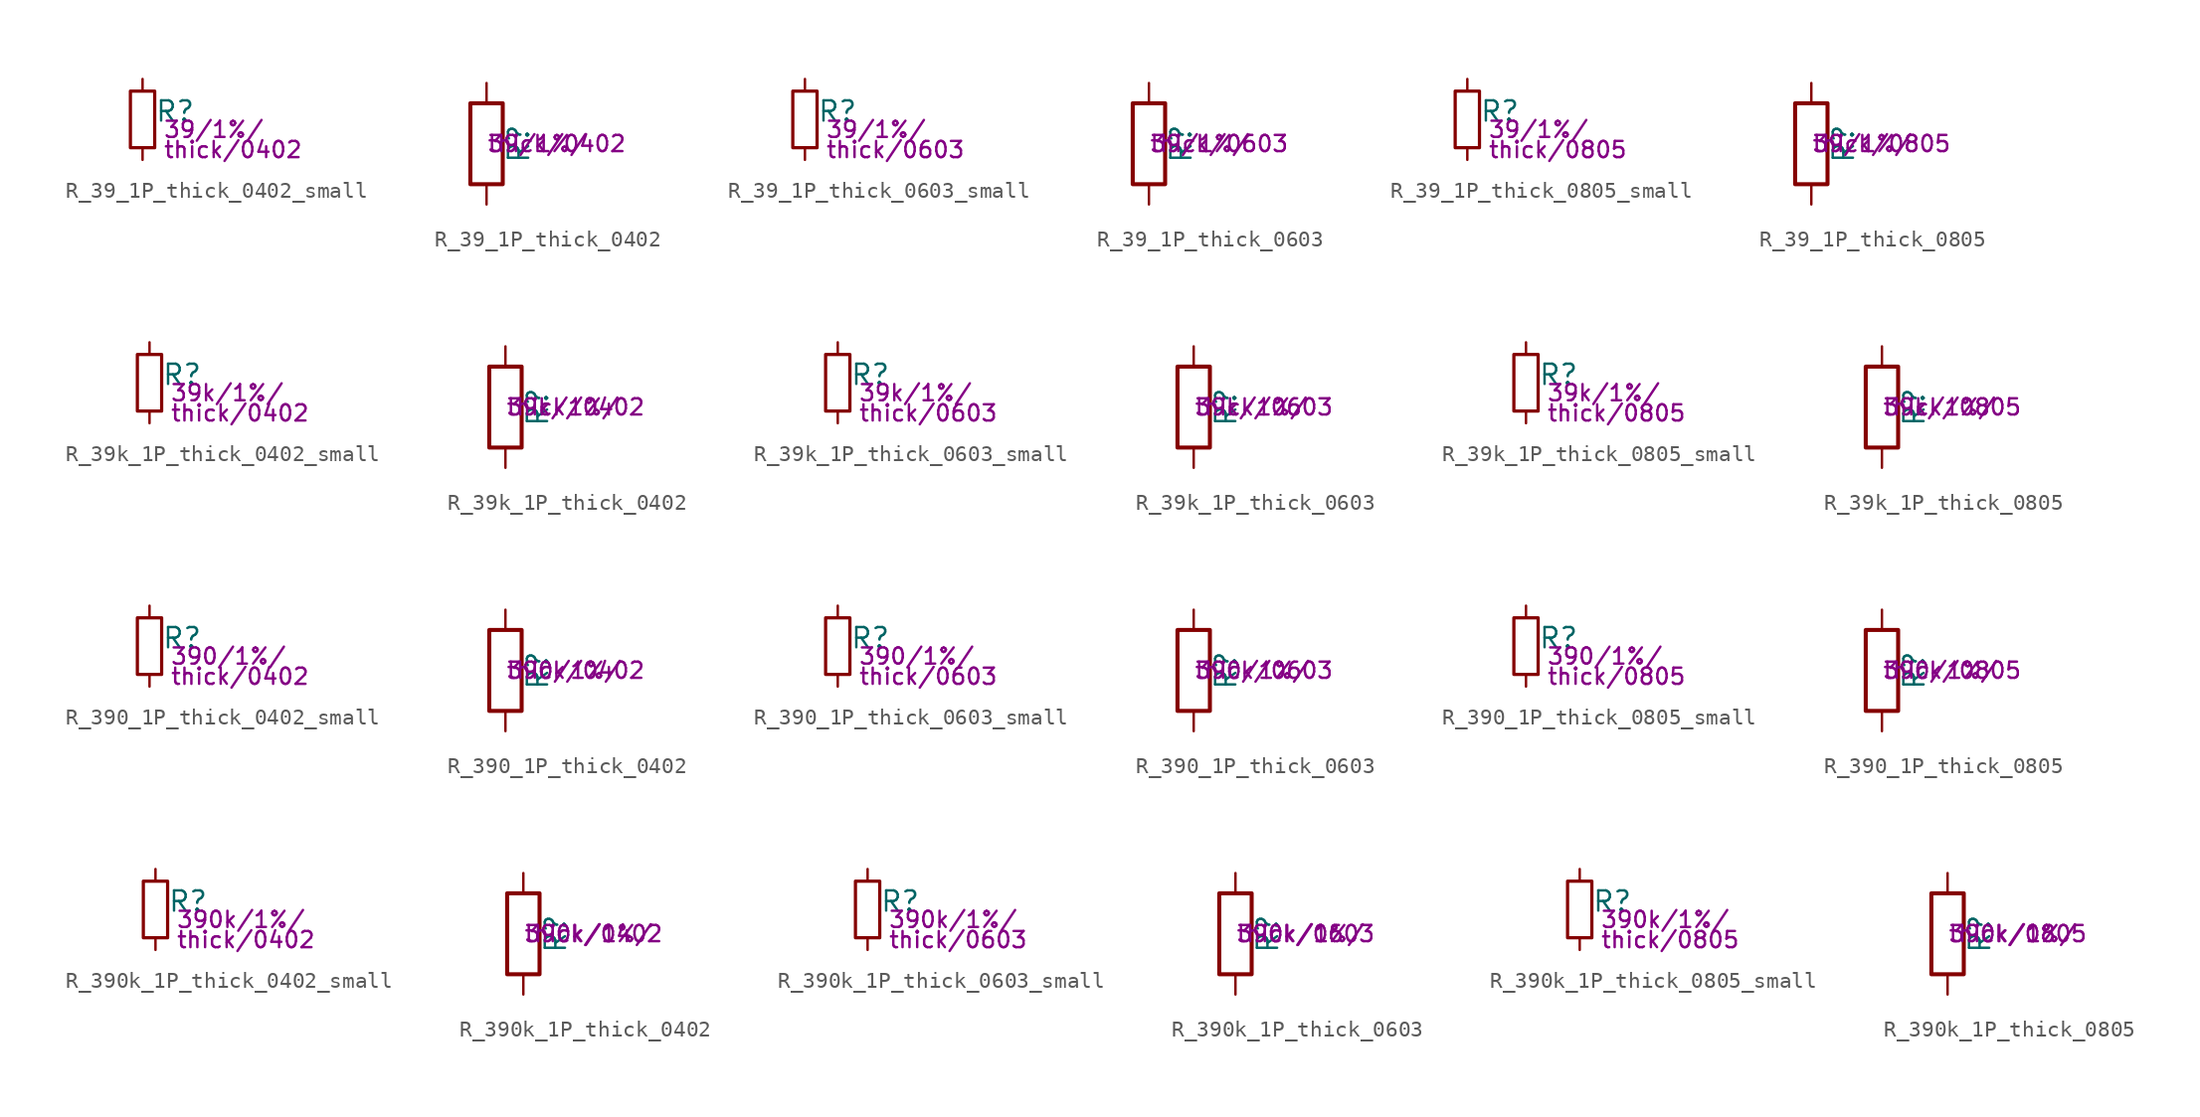
<source format=kicad_sym>
(kicad_symbol_lib
  (version 20211014)
  (generator kicad_symbol_editor)
  (symbol "R_39_1P_thick_0402_small"
    (pin_numbers hide)
    (pin_names
      (offset 0.254) hide)
    (property "Reference" "R"
      (at 0.762 0.508 0)
      (effects (font (size 1.27 1.27)) (justify left)))
    (property "Params" "39/1%/"
      (at 1.27 -0.635 0)
      (effects (font (size 1.016 1.016)) (justify left)))
    (property "Params2" "thick/0402"
      (at 1.27 -1.905 0)
      (effects (font (size 1.016 1.016)) (justify left)))
    (symbol "R_39_1P_thick_0402_small_0_1"
      (rectangle (start -0.762 1.778) (end 0.762 -1.778) (stroke (width 0.203) (type default) (color 0 0 0 0)) (fill (type none))))
    (symbol "R_39_1P_thick_0402_small_1_1"
      (pin passive line (at 0 2.54 270) (length 0.762) (name "~" (effects (font (size 1.27 1.27)))) (number "1" (effects (font (size 1.27 1.27)))))
      (pin passive line (at 0 -2.54 90) (length 0.762) (name "~" (effects (font (size 1.27 1.27)))) (number "2" (effects (font (size 1.27 1.27)))))))
  (symbol "R_39_1P_thick_0402"
    (pin_numbers hide)
    (pin_names
      (offset 0))
    (property "Reference" "R"
      (at 2.032 0 90)
      (effects (font (size 1.27 1.27))))
    (property "Params" "39/1%/"
      (at 0 0 0)
      (effects (font (size 1.016 1.016)) (justify left)))
    (property "Params2" "thick/0402"
      (at 0 0 0)
      (effects (font (size 1.016 1.016)) (justify left)))
    (symbol "R_39_1P_thick_0402_0_1"
      (rectangle (start -1.016 -2.54) (end 1.016 2.54) (stroke (width 0.254) (type default) (color 0 0 0 0)) (fill (type none))))
    (symbol "R_39_1P_thick_0402_1_1"
      (pin passive line (at 0 3.81 270) (length 1.27) (name "~" (effects (font (size 1.27 1.27)))) (number "1" (effects (font (size 1.27 1.27)))))
      (pin passive line (at 0 -3.81 90) (length 1.27) (name "~" (effects (font (size 1.27 1.27)))) (number "2" (effects (font (size 1.27 1.27)))))))
  (symbol "R_39_1P_thick_0603_small"
    (pin_numbers hide)
    (pin_names
      (offset 0.254) hide)
    (property "Reference" "R"
      (at 0.762 0.508 0)
      (effects (font (size 1.27 1.27)) (justify left)))
    (property "Params" "39/1%/"
      (at 1.27 -0.635 0)
      (effects (font (size 1.016 1.016)) (justify left)))
    (property "Params2" "thick/0603"
      (at 1.27 -1.905 0)
      (effects (font (size 1.016 1.016)) (justify left)))
    (symbol "R_39_1P_thick_0603_small_0_1"
      (rectangle (start -0.762 1.778) (end 0.762 -1.778) (stroke (width 0.203) (type default) (color 0 0 0 0)) (fill (type none))))
    (symbol "R_39_1P_thick_0603_small_1_1"
      (pin passive line (at 0 2.54 270) (length 0.762) (name "~" (effects (font (size 1.27 1.27)))) (number "1" (effects (font (size 1.27 1.27)))))
      (pin passive line (at 0 -2.54 90) (length 0.762) (name "~" (effects (font (size 1.27 1.27)))) (number "2" (effects (font (size 1.27 1.27)))))))
  (symbol "R_39_1P_thick_0603"
    (pin_numbers hide)
    (pin_names
      (offset 0))
    (property "Reference" "R"
      (at 2.032 0 90)
      (effects (font (size 1.27 1.27))))
    (property "Params" "39/1%/"
      (at 0 0 0)
      (effects (font (size 1.016 1.016)) (justify left)))
    (property "Params2" "thick/0603"
      (at 0 0 0)
      (effects (font (size 1.016 1.016)) (justify left)))
    (symbol "R_39_1P_thick_0603_0_1"
      (rectangle (start -1.016 -2.54) (end 1.016 2.54) (stroke (width 0.254) (type default) (color 0 0 0 0)) (fill (type none))))
    (symbol "R_39_1P_thick_0603_1_1"
      (pin passive line (at 0 3.81 270) (length 1.27) (name "~" (effects (font (size 1.27 1.27)))) (number "1" (effects (font (size 1.27 1.27)))))
      (pin passive line (at 0 -3.81 90) (length 1.27) (name "~" (effects (font (size 1.27 1.27)))) (number "2" (effects (font (size 1.27 1.27)))))))
  (symbol "R_39_1P_thick_0805_small"
    (pin_numbers hide)
    (pin_names
      (offset 0.254) hide)
    (property "Reference" "R"
      (at 0.762 0.508 0)
      (effects (font (size 1.27 1.27)) (justify left)))
    (property "Params" "39/1%/"
      (at 1.27 -0.635 0)
      (effects (font (size 1.016 1.016)) (justify left)))
    (property "Params2" "thick/0805"
      (at 1.27 -1.905 0)
      (effects (font (size 1.016 1.016)) (justify left)))
    (symbol "R_39_1P_thick_0805_small_0_1"
      (rectangle (start -0.762 1.778) (end 0.762 -1.778) (stroke (width 0.203) (type default) (color 0 0 0 0)) (fill (type none))))
    (symbol "R_39_1P_thick_0805_small_1_1"
      (pin passive line (at 0 2.54 270) (length 0.762) (name "~" (effects (font (size 1.27 1.27)))) (number "1" (effects (font (size 1.27 1.27)))))
      (pin passive line (at 0 -2.54 90) (length 0.762) (name "~" (effects (font (size 1.27 1.27)))) (number "2" (effects (font (size 1.27 1.27)))))))
  (symbol "R_39_1P_thick_0805"
    (pin_numbers hide)
    (pin_names
      (offset 0))
    (property "Reference" "R"
      (at 2.032 0 90)
      (effects (font (size 1.27 1.27))))
    (property "Params" "39/1%/"
      (at 0 0 0)
      (effects (font (size 1.016 1.016)) (justify left)))
    (property "Params2" "thick/0805"
      (at 0 0 0)
      (effects (font (size 1.016 1.016)) (justify left)))
    (symbol "R_39_1P_thick_0805_0_1"
      (rectangle (start -1.016 -2.54) (end 1.016 2.54) (stroke (width 0.254) (type default) (color 0 0 0 0)) (fill (type none))))
    (symbol "R_39_1P_thick_0805_1_1"
      (pin passive line (at 0 3.81 270) (length 1.27) (name "~" (effects (font (size 1.27 1.27)))) (number "1" (effects (font (size 1.27 1.27)))))
      (pin passive line (at 0 -3.81 90) (length 1.27) (name "~" (effects (font (size 1.27 1.27)))) (number "2" (effects (font (size 1.27 1.27)))))))
  (symbol "R_39k_1P_thick_0402_small"
    (pin_numbers hide)
    (pin_names
      (offset 0.254) hide)
    (property "Reference" "R"
      (at 0.762 0.508 0)
      (effects (font (size 1.27 1.27)) (justify left)))
    (property "Params" "39k/1%/"
      (at 1.27 -0.635 0)
      (effects (font (size 1.016 1.016)) (justify left)))
    (property "Params2" "thick/0402"
      (at 1.27 -1.905 0)
      (effects (font (size 1.016 1.016)) (justify left)))
    (symbol "R_39k_1P_thick_0402_small_0_1"
      (rectangle (start -0.762 1.778) (end 0.762 -1.778) (stroke (width 0.203) (type default) (color 0 0 0 0)) (fill (type none))))
    (symbol "R_39k_1P_thick_0402_small_1_1"
      (pin passive line (at 0 2.54 270) (length 0.762) (name "~" (effects (font (size 1.27 1.27)))) (number "1" (effects (font (size 1.27 1.27)))))
      (pin passive line (at 0 -2.54 90) (length 0.762) (name "~" (effects (font (size 1.27 1.27)))) (number "2" (effects (font (size 1.27 1.27)))))))
  (symbol "R_39k_1P_thick_0402"
    (pin_numbers hide)
    (pin_names
      (offset 0))
    (property "Reference" "R"
      (at 2.032 0 90)
      (effects (font (size 1.27 1.27))))
    (property "Params" "39k/1%/"
      (at 0 0 0)
      (effects (font (size 1.016 1.016)) (justify left)))
    (property "Params2" "thick/0402"
      (at 0 0 0)
      (effects (font (size 1.016 1.016)) (justify left)))
    (symbol "R_39k_1P_thick_0402_0_1"
      (rectangle (start -1.016 -2.54) (end 1.016 2.54) (stroke (width 0.254) (type default) (color 0 0 0 0)) (fill (type none))))
    (symbol "R_39k_1P_thick_0402_1_1"
      (pin passive line (at 0 3.81 270) (length 1.27) (name "~" (effects (font (size 1.27 1.27)))) (number "1" (effects (font (size 1.27 1.27)))))
      (pin passive line (at 0 -3.81 90) (length 1.27) (name "~" (effects (font (size 1.27 1.27)))) (number "2" (effects (font (size 1.27 1.27)))))))
  (symbol "R_39k_1P_thick_0603_small"
    (pin_numbers hide)
    (pin_names
      (offset 0.254) hide)
    (property "Reference" "R"
      (at 0.762 0.508 0)
      (effects (font (size 1.27 1.27)) (justify left)))
    (property "Params" "39k/1%/"
      (at 1.27 -0.635 0)
      (effects (font (size 1.016 1.016)) (justify left)))
    (property "Params2" "thick/0603"
      (at 1.27 -1.905 0)
      (effects (font (size 1.016 1.016)) (justify left)))
    (symbol "R_39k_1P_thick_0603_small_0_1"
      (rectangle (start -0.762 1.778) (end 0.762 -1.778) (stroke (width 0.203) (type default) (color 0 0 0 0)) (fill (type none))))
    (symbol "R_39k_1P_thick_0603_small_1_1"
      (pin passive line (at 0 2.54 270) (length 0.762) (name "~" (effects (font (size 1.27 1.27)))) (number "1" (effects (font (size 1.27 1.27)))))
      (pin passive line (at 0 -2.54 90) (length 0.762) (name "~" (effects (font (size 1.27 1.27)))) (number "2" (effects (font (size 1.27 1.27)))))))
  (symbol "R_39k_1P_thick_0603"
    (pin_numbers hide)
    (pin_names
      (offset 0))
    (property "Reference" "R"
      (at 2.032 0 90)
      (effects (font (size 1.27 1.27))))
    (property "Params" "39k/1%/"
      (at 0 0 0)
      (effects (font (size 1.016 1.016)) (justify left)))
    (property "Params2" "thick/0603"
      (at 0 0 0)
      (effects (font (size 1.016 1.016)) (justify left)))
    (symbol "R_39k_1P_thick_0603_0_1"
      (rectangle (start -1.016 -2.54) (end 1.016 2.54) (stroke (width 0.254) (type default) (color 0 0 0 0)) (fill (type none))))
    (symbol "R_39k_1P_thick_0603_1_1"
      (pin passive line (at 0 3.81 270) (length 1.27) (name "~" (effects (font (size 1.27 1.27)))) (number "1" (effects (font (size 1.27 1.27)))))
      (pin passive line (at 0 -3.81 90) (length 1.27) (name "~" (effects (font (size 1.27 1.27)))) (number "2" (effects (font (size 1.27 1.27)))))))
  (symbol "R_39k_1P_thick_0805_small"
    (pin_numbers hide)
    (pin_names
      (offset 0.254) hide)
    (property "Reference" "R"
      (at 0.762 0.508 0)
      (effects (font (size 1.27 1.27)) (justify left)))
    (property "Params" "39k/1%/"
      (at 1.27 -0.635 0)
      (effects (font (size 1.016 1.016)) (justify left)))
    (property "Params2" "thick/0805"
      (at 1.27 -1.905 0)
      (effects (font (size 1.016 1.016)) (justify left)))
    (symbol "R_39k_1P_thick_0805_small_0_1"
      (rectangle (start -0.762 1.778) (end 0.762 -1.778) (stroke (width 0.203) (type default) (color 0 0 0 0)) (fill (type none))))
    (symbol "R_39k_1P_thick_0805_small_1_1"
      (pin passive line (at 0 2.54 270) (length 0.762) (name "~" (effects (font (size 1.27 1.27)))) (number "1" (effects (font (size 1.27 1.27)))))
      (pin passive line (at 0 -2.54 90) (length 0.762) (name "~" (effects (font (size 1.27 1.27)))) (number "2" (effects (font (size 1.27 1.27)))))))
  (symbol "R_39k_1P_thick_0805"
    (pin_numbers hide)
    (pin_names
      (offset 0))
    (property "Reference" "R"
      (at 2.032 0 90)
      (effects (font (size 1.27 1.27))))
    (property "Params" "39k/1%/"
      (at 0 0 0)
      (effects (font (size 1.016 1.016)) (justify left)))
    (property "Params2" "thick/0805"
      (at 0 0 0)
      (effects (font (size 1.016 1.016)) (justify left)))
    (symbol "R_39k_1P_thick_0805_0_1"
      (rectangle (start -1.016 -2.54) (end 1.016 2.54) (stroke (width 0.254) (type default) (color 0 0 0 0)) (fill (type none))))
    (symbol "R_39k_1P_thick_0805_1_1"
      (pin passive line (at 0 3.81 270) (length 1.27) (name "~" (effects (font (size 1.27 1.27)))) (number "1" (effects (font (size 1.27 1.27)))))
      (pin passive line (at 0 -3.81 90) (length 1.27) (name "~" (effects (font (size 1.27 1.27)))) (number "2" (effects (font (size 1.27 1.27)))))))
  (symbol "R_390_1P_thick_0402_small"
    (pin_numbers hide)
    (pin_names
      (offset 0.254) hide)
    (property "Reference" "R"
      (at 0.762 0.508 0)
      (effects (font (size 1.27 1.27)) (justify left)))
    (property "Params" "390/1%/"
      (at 1.27 -0.635 0)
      (effects (font (size 1.016 1.016)) (justify left)))
    (property "Params2" "thick/0402"
      (at 1.27 -1.905 0)
      (effects (font (size 1.016 1.016)) (justify left)))
    (symbol "R_390_1P_thick_0402_small_0_1"
      (rectangle (start -0.762 1.778) (end 0.762 -1.778) (stroke (width 0.203) (type default) (color 0 0 0 0)) (fill (type none))))
    (symbol "R_390_1P_thick_0402_small_1_1"
      (pin passive line (at 0 2.54 270) (length 0.762) (name "~" (effects (font (size 1.27 1.27)))) (number "1" (effects (font (size 1.27 1.27)))))
      (pin passive line (at 0 -2.54 90) (length 0.762) (name "~" (effects (font (size 1.27 1.27)))) (number "2" (effects (font (size 1.27 1.27)))))))
  (symbol "R_390_1P_thick_0402"
    (pin_numbers hide)
    (pin_names
      (offset 0))
    (property "Reference" "R"
      (at 2.032 0 90)
      (effects (font (size 1.27 1.27))))
    (property "Params" "390/1%/"
      (at 0 0 0)
      (effects (font (size 1.016 1.016)) (justify left)))
    (property "Params2" "thick/0402"
      (at 0 0 0)
      (effects (font (size 1.016 1.016)) (justify left)))
    (symbol "R_390_1P_thick_0402_0_1"
      (rectangle (start -1.016 -2.54) (end 1.016 2.54) (stroke (width 0.254) (type default) (color 0 0 0 0)) (fill (type none))))
    (symbol "R_390_1P_thick_0402_1_1"
      (pin passive line (at 0 3.81 270) (length 1.27) (name "~" (effects (font (size 1.27 1.27)))) (number "1" (effects (font (size 1.27 1.27)))))
      (pin passive line (at 0 -3.81 90) (length 1.27) (name "~" (effects (font (size 1.27 1.27)))) (number "2" (effects (font (size 1.27 1.27)))))))
  (symbol "R_390_1P_thick_0603_small"
    (pin_numbers hide)
    (pin_names
      (offset 0.254) hide)
    (property "Reference" "R"
      (at 0.762 0.508 0)
      (effects (font (size 1.27 1.27)) (justify left)))
    (property "Params" "390/1%/"
      (at 1.27 -0.635 0)
      (effects (font (size 1.016 1.016)) (justify left)))
    (property "Params2" "thick/0603"
      (at 1.27 -1.905 0)
      (effects (font (size 1.016 1.016)) (justify left)))
    (symbol "R_390_1P_thick_0603_small_0_1"
      (rectangle (start -0.762 1.778) (end 0.762 -1.778) (stroke (width 0.203) (type default) (color 0 0 0 0)) (fill (type none))))
    (symbol "R_390_1P_thick_0603_small_1_1"
      (pin passive line (at 0 2.54 270) (length 0.762) (name "~" (effects (font (size 1.27 1.27)))) (number "1" (effects (font (size 1.27 1.27)))))
      (pin passive line (at 0 -2.54 90) (length 0.762) (name "~" (effects (font (size 1.27 1.27)))) (number "2" (effects (font (size 1.27 1.27)))))))
  (symbol "R_390_1P_thick_0603"
    (pin_numbers hide)
    (pin_names
      (offset 0))
    (property "Reference" "R"
      (at 2.032 0 90)
      (effects (font (size 1.27 1.27))))
    (property "Params" "390/1%/"
      (at 0 0 0)
      (effects (font (size 1.016 1.016)) (justify left)))
    (property "Params2" "thick/0603"
      (at 0 0 0)
      (effects (font (size 1.016 1.016)) (justify left)))
    (symbol "R_390_1P_thick_0603_0_1"
      (rectangle (start -1.016 -2.54) (end 1.016 2.54) (stroke (width 0.254) (type default) (color 0 0 0 0)) (fill (type none))))
    (symbol "R_390_1P_thick_0603_1_1"
      (pin passive line (at 0 3.81 270) (length 1.27) (name "~" (effects (font (size 1.27 1.27)))) (number "1" (effects (font (size 1.27 1.27)))))
      (pin passive line (at 0 -3.81 90) (length 1.27) (name "~" (effects (font (size 1.27 1.27)))) (number "2" (effects (font (size 1.27 1.27)))))))
  (symbol "R_390_1P_thick_0805_small"
    (pin_numbers hide)
    (pin_names
      (offset 0.254) hide)
    (property "Reference" "R"
      (at 0.762 0.508 0)
      (effects (font (size 1.27 1.27)) (justify left)))
    (property "Params" "390/1%/"
      (at 1.27 -0.635 0)
      (effects (font (size 1.016 1.016)) (justify left)))
    (property "Params2" "thick/0805"
      (at 1.27 -1.905 0)
      (effects (font (size 1.016 1.016)) (justify left)))
    (symbol "R_390_1P_thick_0805_small_0_1"
      (rectangle (start -0.762 1.778) (end 0.762 -1.778) (stroke (width 0.203) (type default) (color 0 0 0 0)) (fill (type none))))
    (symbol "R_390_1P_thick_0805_small_1_1"
      (pin passive line (at 0 2.54 270) (length 0.762) (name "~" (effects (font (size 1.27 1.27)))) (number "1" (effects (font (size 1.27 1.27)))))
      (pin passive line (at 0 -2.54 90) (length 0.762) (name "~" (effects (font (size 1.27 1.27)))) (number "2" (effects (font (size 1.27 1.27)))))))
  (symbol "R_390_1P_thick_0805"
    (pin_numbers hide)
    (pin_names
      (offset 0))
    (property "Reference" "R"
      (at 2.032 0 90)
      (effects (font (size 1.27 1.27))))
    (property "Params" "390/1%/"
      (at 0 0 0)
      (effects (font (size 1.016 1.016)) (justify left)))
    (property "Params2" "thick/0805"
      (at 0 0 0)
      (effects (font (size 1.016 1.016)) (justify left)))
    (symbol "R_390_1P_thick_0805_0_1"
      (rectangle (start -1.016 -2.54) (end 1.016 2.54) (stroke (width 0.254) (type default) (color 0 0 0 0)) (fill (type none))))
    (symbol "R_390_1P_thick_0805_1_1"
      (pin passive line (at 0 3.81 270) (length 1.27) (name "~" (effects (font (size 1.27 1.27)))) (number "1" (effects (font (size 1.27 1.27)))))
      (pin passive line (at 0 -3.81 90) (length 1.27) (name "~" (effects (font (size 1.27 1.27)))) (number "2" (effects (font (size 1.27 1.27)))))))
  (symbol "R_390k_1P_thick_0402_small"
    (pin_numbers hide)
    (pin_names
      (offset 0.254) hide)
    (property "Reference" "R"
      (at 0.762 0.508 0)
      (effects (font (size 1.27 1.27)) (justify left)))
    (property "Params" "390k/1%/"
      (at 1.27 -0.635 0)
      (effects (font (size 1.016 1.016)) (justify left)))
    (property "Params2" "thick/0402"
      (at 1.27 -1.905 0)
      (effects (font (size 1.016 1.016)) (justify left)))
    (symbol "R_390k_1P_thick_0402_small_0_1"
      (rectangle (start -0.762 1.778) (end 0.762 -1.778) (stroke (width 0.203) (type default) (color 0 0 0 0)) (fill (type none))))
    (symbol "R_390k_1P_thick_0402_small_1_1"
      (pin passive line (at 0 2.54 270) (length 0.762) (name "~" (effects (font (size 1.27 1.27)))) (number "1" (effects (font (size 1.27 1.27)))))
      (pin passive line (at 0 -2.54 90) (length 0.762) (name "~" (effects (font (size 1.27 1.27)))) (number "2" (effects (font (size 1.27 1.27)))))))
  (symbol "R_390k_1P_thick_0402"
    (pin_numbers hide)
    (pin_names
      (offset 0))
    (property "Reference" "R"
      (at 2.032 0 90)
      (effects (font (size 1.27 1.27))))
    (property "Params" "390k/1%/"
      (at 0 0 0)
      (effects (font (size 1.016 1.016)) (justify left)))
    (property "Params2" "thick/0402"
      (at 0 0 0)
      (effects (font (size 1.016 1.016)) (justify left)))
    (symbol "R_390k_1P_thick_0402_0_1"
      (rectangle (start -1.016 -2.54) (end 1.016 2.54) (stroke (width 0.254) (type default) (color 0 0 0 0)) (fill (type none))))
    (symbol "R_390k_1P_thick_0402_1_1"
      (pin passive line (at 0 3.81 270) (length 1.27) (name "~" (effects (font (size 1.27 1.27)))) (number "1" (effects (font (size 1.27 1.27)))))
      (pin passive line (at 0 -3.81 90) (length 1.27) (name "~" (effects (font (size 1.27 1.27)))) (number "2" (effects (font (size 1.27 1.27)))))))
  (symbol "R_390k_1P_thick_0603_small"
    (pin_numbers hide)
    (pin_names
      (offset 0.254) hide)
    (property "Reference" "R"
      (at 0.762 0.508 0)
      (effects (font (size 1.27 1.27)) (justify left)))
    (property "Params" "390k/1%/"
      (at 1.27 -0.635 0)
      (effects (font (size 1.016 1.016)) (justify left)))
    (property "Params2" "thick/0603"
      (at 1.27 -1.905 0)
      (effects (font (size 1.016 1.016)) (justify left)))
    (symbol "R_390k_1P_thick_0603_small_0_1"
      (rectangle (start -0.762 1.778) (end 0.762 -1.778) (stroke (width 0.203) (type default) (color 0 0 0 0)) (fill (type none))))
    (symbol "R_390k_1P_thick_0603_small_1_1"
      (pin passive line (at 0 2.54 270) (length 0.762) (name "~" (effects (font (size 1.27 1.27)))) (number "1" (effects (font (size 1.27 1.27)))))
      (pin passive line (at 0 -2.54 90) (length 0.762) (name "~" (effects (font (size 1.27 1.27)))) (number "2" (effects (font (size 1.27 1.27)))))))
  (symbol "R_390k_1P_thick_0603"
    (pin_numbers hide)
    (pin_names
      (offset 0))
    (property "Reference" "R"
      (at 2.032 0 90)
      (effects (font (size 1.27 1.27))))
    (property "Params" "390k/1%/"
      (at 0 0 0)
      (effects (font (size 1.016 1.016)) (justify left)))
    (property "Params2" "thick/0603"
      (at 0 0 0)
      (effects (font (size 1.016 1.016)) (justify left)))
    (symbol "R_390k_1P_thick_0603_0_1"
      (rectangle (start -1.016 -2.54) (end 1.016 2.54) (stroke (width 0.254) (type default) (color 0 0 0 0)) (fill (type none))))
    (symbol "R_390k_1P_thick_0603_1_1"
      (pin passive line (at 0 3.81 270) (length 1.27) (name "~" (effects (font (size 1.27 1.27)))) (number "1" (effects (font (size 1.27 1.27)))))
      (pin passive line (at 0 -3.81 90) (length 1.27) (name "~" (effects (font (size 1.27 1.27)))) (number "2" (effects (font (size 1.27 1.27)))))))
  (symbol "R_390k_1P_thick_0805_small"
    (pin_numbers hide)
    (pin_names
      (offset 0.254) hide)
    (property "Reference" "R"
      (at 0.762 0.508 0)
      (effects (font (size 1.27 1.27)) (justify left)))
    (property "Params" "390k/1%/"
      (at 1.27 -0.635 0)
      (effects (font (size 1.016 1.016)) (justify left)))
    (property "Params2" "thick/0805"
      (at 1.27 -1.905 0)
      (effects (font (size 1.016 1.016)) (justify left)))
    (symbol "R_390k_1P_thick_0805_small_0_1"
      (rectangle (start -0.762 1.778) (end 0.762 -1.778) (stroke (width 0.203) (type default) (color 0 0 0 0)) (fill (type none))))
    (symbol "R_390k_1P_thick_0805_small_1_1"
      (pin passive line (at 0 2.54 270) (length 0.762) (name "~" (effects (font (size 1.27 1.27)))) (number "1" (effects (font (size 1.27 1.27)))))
      (pin passive line (at 0 -2.54 90) (length 0.762) (name "~" (effects (font (size 1.27 1.27)))) (number "2" (effects (font (size 1.27 1.27)))))))
  (symbol "R_390k_1P_thick_0805"
    (pin_numbers hide)
    (pin_names
      (offset 0))
    (property "Reference" "R"
      (at 2.032 0 90)
      (effects (font (size 1.27 1.27))))
    (property "Params" "390k/1%/"
      (at 0 0 0)
      (effects (font (size 1.016 1.016)) (justify left)))
    (property "Params2" "thick/0805"
      (at 0 0 0)
      (effects (font (size 1.016 1.016)) (justify left)))
    (symbol "R_390k_1P_thick_0805_0_1"
      (rectangle (start -1.016 -2.54) (end 1.016 2.54) (stroke (width 0.254) (type default) (color 0 0 0 0)) (fill (type none))))
    (symbol "R_390k_1P_thick_0805_1_1"
      (pin passive line (at 0 3.81 270) (length 1.27) (name "~" (effects (font (size 1.27 1.27)))) (number "1" (effects (font (size 1.27 1.27)))))
      (pin passive line (at 0 -3.81 90) (length 1.27) (name "~" (effects (font (size 1.27 1.27)))) (number "2" (effects (font (size 1.27 1.27))))))))
</source>
